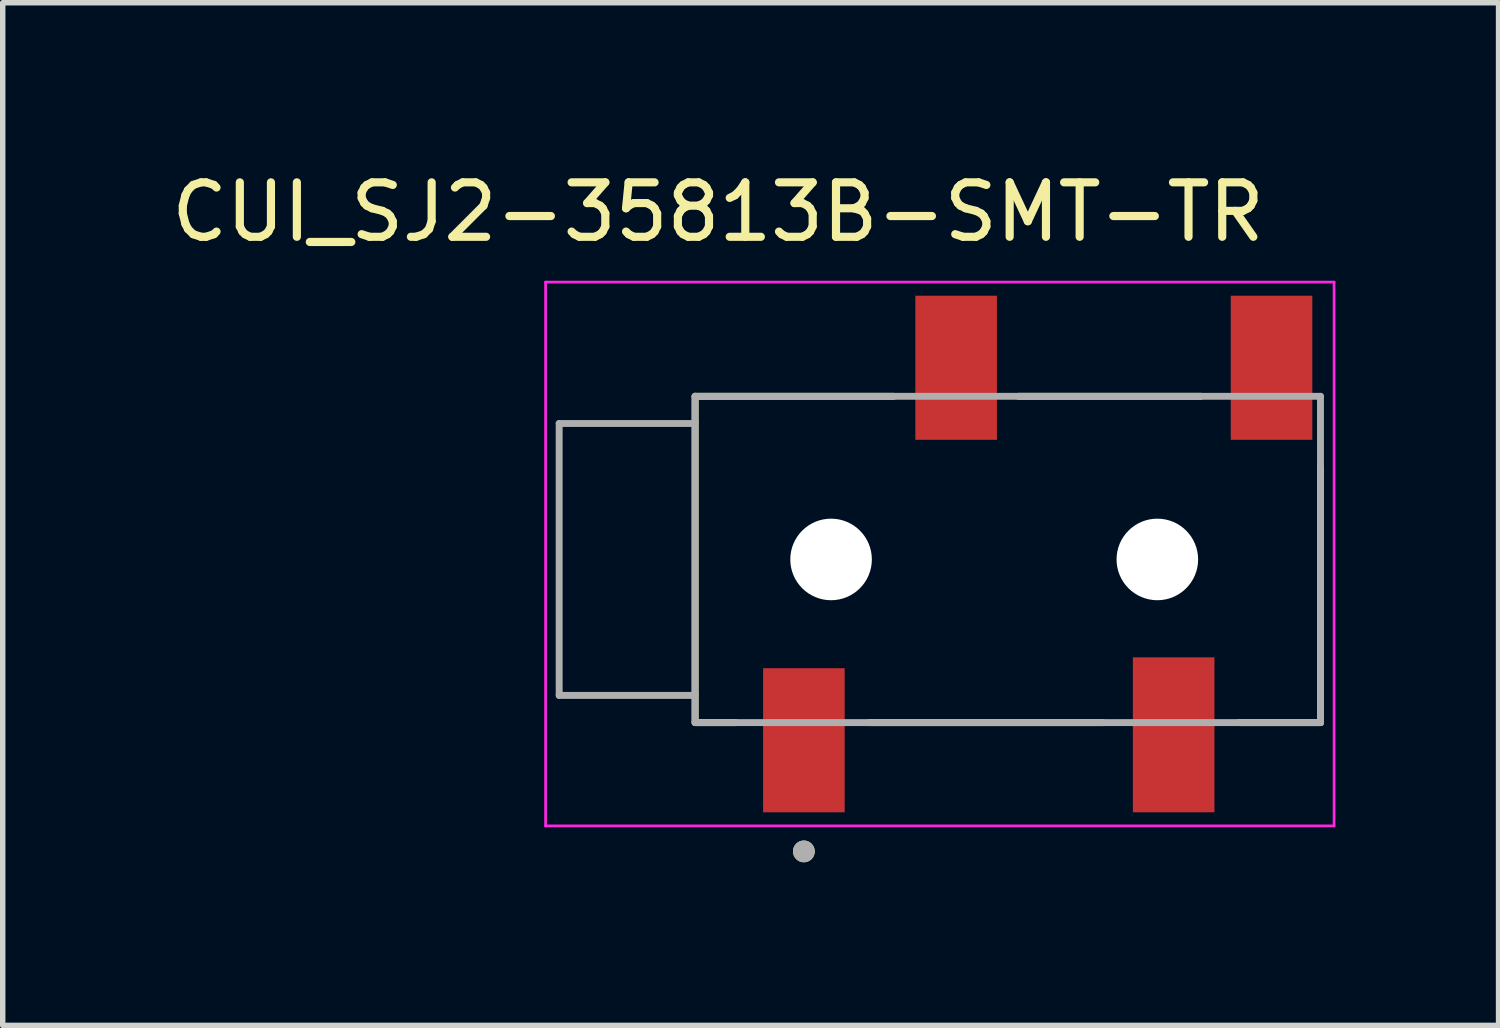
<source format=kicad_pcb>
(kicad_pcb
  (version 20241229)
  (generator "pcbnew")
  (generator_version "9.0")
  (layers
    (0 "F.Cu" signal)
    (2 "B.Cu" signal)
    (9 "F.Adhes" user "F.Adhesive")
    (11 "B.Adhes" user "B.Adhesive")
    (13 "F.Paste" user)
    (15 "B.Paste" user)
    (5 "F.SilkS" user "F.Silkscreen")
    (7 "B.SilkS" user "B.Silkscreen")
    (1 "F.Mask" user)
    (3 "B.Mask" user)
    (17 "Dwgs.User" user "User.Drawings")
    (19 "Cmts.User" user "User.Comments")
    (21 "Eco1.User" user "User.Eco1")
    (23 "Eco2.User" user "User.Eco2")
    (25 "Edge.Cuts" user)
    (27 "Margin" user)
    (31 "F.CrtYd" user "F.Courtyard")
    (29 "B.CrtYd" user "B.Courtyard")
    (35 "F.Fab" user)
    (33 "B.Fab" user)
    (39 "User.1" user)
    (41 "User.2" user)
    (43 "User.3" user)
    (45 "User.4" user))
  (footprint "CUI_SJ2-35813B-SMT-TR"
    (layer "F.Cu")
    (at 15.483 7.238)
    (property "Reference" "CUI_SJ2-35813B-SMT-TR" (at -5.328 -6.389 0) (layer "F.SilkS") (effects (font (size 1.001 1.001) (thickness 0.15))))
    (attr smd)
    (fp_line (start -5.75 -3) (end -2.1 -3) (stroke (width 0.127) (type solid)) (layer "F.SilkS"))
    (fp_line (start -5.75 3) (end -5.75 -3) (stroke (width 0.127) (type solid)) (layer "F.SilkS"))
    (fp_line (start -5 3) (end -5.75 3) (stroke (width 0.127) (type solid)) (layer "F.SilkS"))
    (fp_line (start 0.2 -3) (end 3.55 -3) (stroke (width 0.127) (type solid)) (layer "F.SilkS"))
    (fp_line (start 1.75 3) (end -2.55 3) (stroke (width 0.127) (type solid)) (layer "F.SilkS"))
    (fp_line (start 5.75 -1.7) (end 5.75 3) (stroke (width 0.127) (type solid)) (layer "F.SilkS"))
    (fp_line (start 5.75 3) (end 4.25 3) (stroke (width 0.127) (type solid)) (layer "F.SilkS"))
    (fp_circle (center -3.75 5.369) (end -3.65 5.369) (stroke (width 0.2) (type solid)) (fill no) (layer "F.SilkS"))
    (fp_line (start -8.5 -5.1) (end 6 -5.1) (stroke (width 0.05) (type solid)) (layer "F.CrtYd"))
    (fp_line (start -8.5 4.9) (end -8.5 -5.1) (stroke (width 0.05) (type solid)) (layer "F.CrtYd"))
    (fp_line (start 6 -5.1) (end 6 4.9) (stroke (width 0.05) (type solid)) (layer "F.CrtYd"))
    (fp_line (start 6 4.9) (end -8.5 4.9) (stroke (width 0.05) (type solid)) (layer "F.CrtYd"))
    (fp_line (start -8.25 -2.5) (end -8.25 2.5) (stroke (width 0.127) (type solid)) (layer "F.Fab"))
    (fp_line (start -8.25 2.5) (end -5.75 2.5) (stroke (width 0.127) (type solid)) (layer "F.Fab"))
    (fp_line (start -5.75 -3) (end 5.75 -3) (stroke (width 0.127) (type solid)) (layer "F.Fab"))
    (fp_line (start -5.75 -2.5) (end -8.25 -2.5) (stroke (width 0.127) (type solid)) (layer "F.Fab"))
    (fp_line (start -5.75 -2.5) (end -5.75 -3) (stroke (width 0.127) (type solid)) (layer "F.Fab"))
    (fp_line (start -5.75 2.5) (end -5.75 -2.5) (stroke (width 0.127) (type solid)) (layer "F.Fab"))
    (fp_line (start -5.75 3) (end -5.75 2.5) (stroke (width 0.127) (type solid)) (layer "F.Fab"))
    (fp_line (start 5.75 -3) (end 5.75 3) (stroke (width 0.127) (type solid)) (layer "F.Fab"))
    (fp_line (start 5.75 3) (end -5.75 3) (stroke (width 0.127) (type solid)) (layer "F.Fab"))
    (fp_circle (center -3.75 5.369) (end -3.65 5.369) (stroke (width 0.2) (type solid)) (fill no) (layer "F.Fab"))
    (pad "" np_thru_hole circle (at -3.25 0) (size 1.5 1.5) (drill 1.5) (layers "*.Cu" "*.Mask"))
    (pad "" np_thru_hole circle (at 2.75 0) (size 1.5 1.5) (drill 1.5) (layers "*.Cu" "*.Mask"))
    (pad "1" smd rect (at -3.75 3.325) (size 1.5 2.65) (layers "F.Cu" "F.Mask" "F.Paste"))
    (pad "2" smd rect (at 3.05 3.225) (size 1.5 2.85) (layers "F.Cu" "F.Mask" "F.Paste"))
    (pad "3" smd rect (at -0.95 -3.525) (size 1.5 2.65) (layers "F.Cu" "F.Mask" "F.Paste"))
    (pad "10" smd rect (at 4.85 -3.525) (size 1.5 2.65) (layers "F.Cu" "F.Mask" "F.Paste")))
  (gr_rect
    (start -3 -3)
    (end 24.508 15.807)
    (stroke (width 0.1) (type default))
    (fill no)
    (layer "Edge.Cuts")))
</source>
